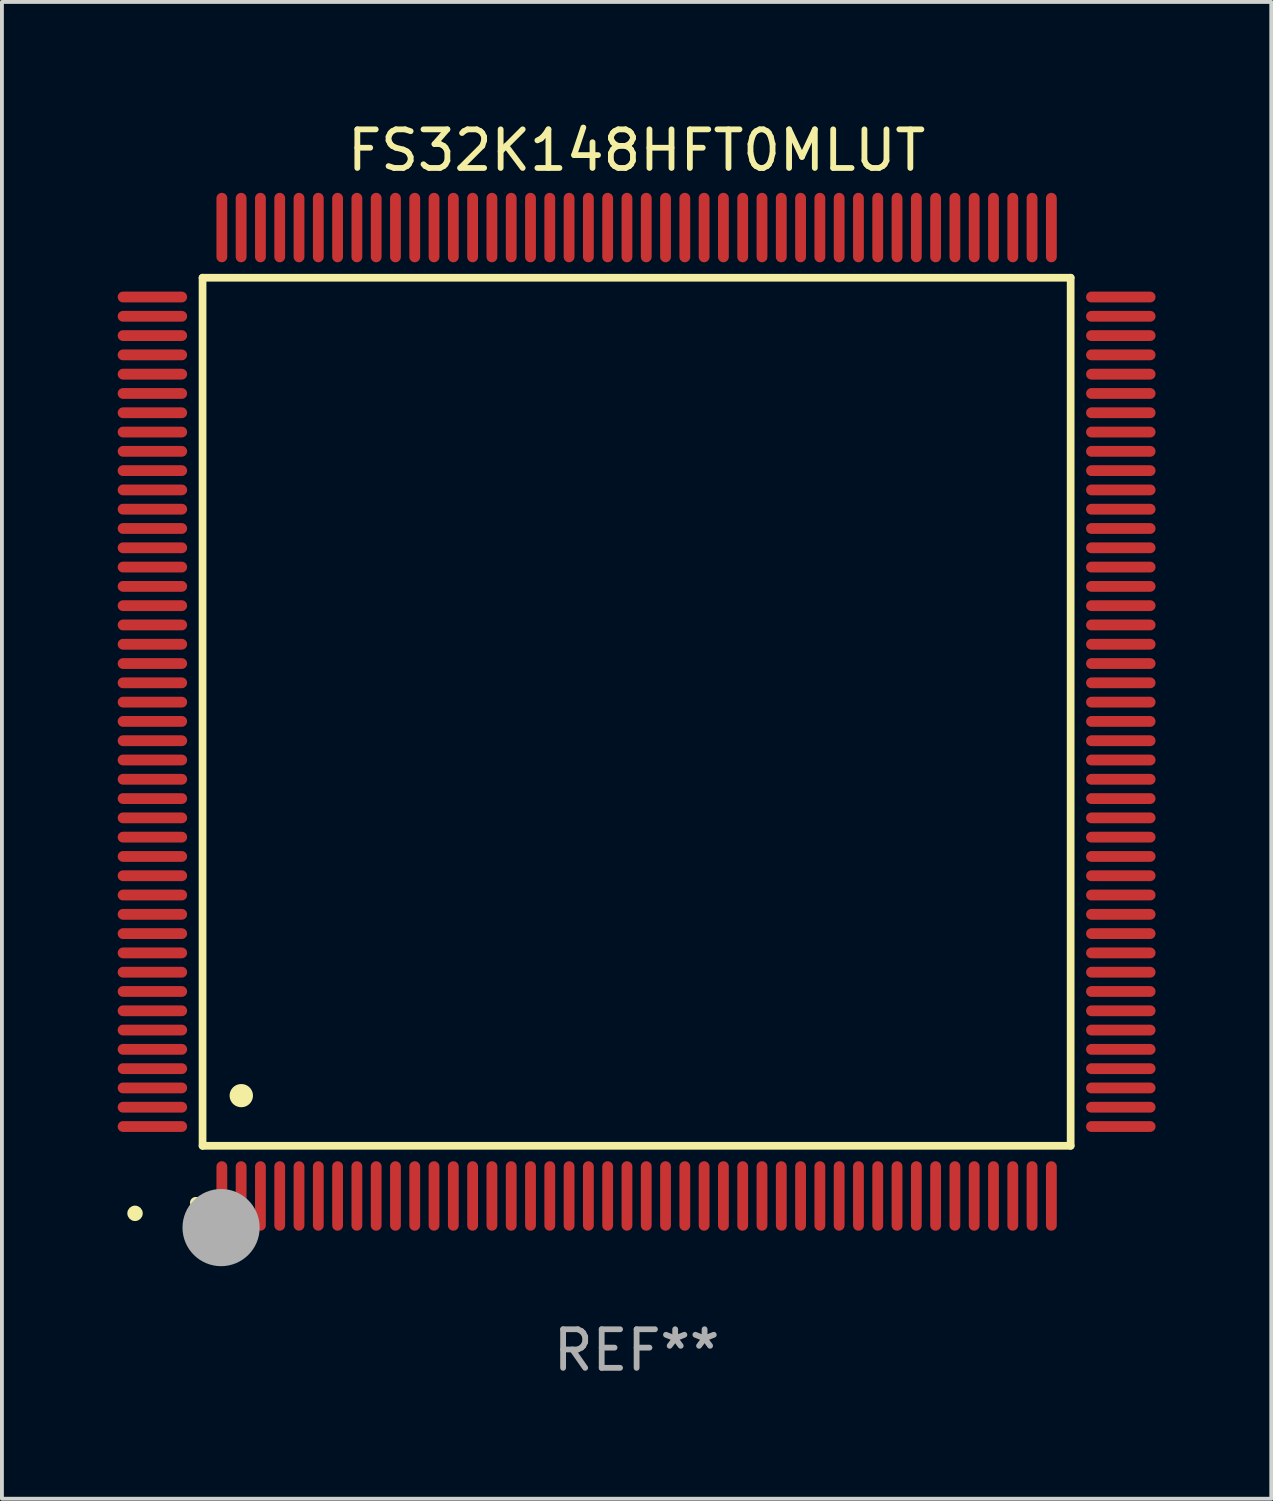
<source format=kicad_pcb>
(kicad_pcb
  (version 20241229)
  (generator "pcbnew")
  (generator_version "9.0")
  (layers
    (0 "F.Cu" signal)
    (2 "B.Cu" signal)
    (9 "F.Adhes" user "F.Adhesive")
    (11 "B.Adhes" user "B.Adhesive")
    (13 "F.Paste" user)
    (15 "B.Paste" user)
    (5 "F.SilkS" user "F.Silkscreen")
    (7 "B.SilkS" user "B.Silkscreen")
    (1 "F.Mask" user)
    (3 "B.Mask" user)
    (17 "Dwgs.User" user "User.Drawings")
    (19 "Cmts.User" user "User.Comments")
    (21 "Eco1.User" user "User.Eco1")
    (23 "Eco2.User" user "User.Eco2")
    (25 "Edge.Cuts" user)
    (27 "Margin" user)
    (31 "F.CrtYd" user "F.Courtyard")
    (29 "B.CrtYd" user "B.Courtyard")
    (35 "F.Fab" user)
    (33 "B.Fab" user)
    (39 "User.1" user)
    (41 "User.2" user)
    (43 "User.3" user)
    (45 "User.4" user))
  (footprint "FS32K148HFT0MLUT"
    (layer "F.Cu")
    (at 13.45 15.398)
    (property "Reference" "FS32K148HFT0MLUT" (at 0 -14.55 0) (layer "F.SilkS") (effects (font (size 1 1) (thickness 0.15))))
    (attr through_hole)
    (fp_line (start -11.25 -11.25) (end 11.25 -11.25) (stroke (width 0.2) (type solid)) (layer "F.SilkS"))
    (fp_line (start -11.25 11.25) (end -11.25 -11.25) (stroke (width 0.2) (type solid)) (layer "F.SilkS"))
    (fp_line (start 11.25 -11.25) (end 11.25 11.25) (stroke (width 0.2) (type solid)) (layer "F.SilkS"))
    (fp_line (start 11.25 11.25) (end -11.25 11.25) (stroke (width 0.2) (type solid)) (layer "F.SilkS"))
    (fp_arc (start -11.424943 12.725425) (mid -11.423673 12.72542) (end -11.422403 12.725425) (stroke (width 0.3) (type solid)) (layer "F.SilkS"))
    (fp_arc (start -10.24892 9.9492) (mid -10.24638 9.949189) (end -10.24384 9.9492) (stroke (width 0.6) (type solid)) (layer "F.SilkS"))
    (fp_circle (center -13 13) (end -12.9 13) (stroke (width 0.2) (type solid)) (fill no) (layer "F.SilkS"))
    (fp_circle (center -10.77 13.37) (end -10.27 13.37) (stroke (width 1) (type solid)) (fill no) (layer "F.Fab"))
    (fp_text user "REF**" (at 0 16.55 0) (layer "F.Fab") (effects (font (size 1 1) (thickness 0.15))))
    (pad "1" smd oval (at -10.75 12.55) (size 0.28 1.8) (layers "F.Cu" "F.Mask" "F.Paste"))
    (pad "2" smd oval (at -10.25 12.55) (size 0.28 1.8) (layers "F.Cu" "F.Mask" "F.Paste"))
    (pad "3" smd oval (at -9.75 12.55) (size 0.28 1.8) (layers "F.Cu" "F.Mask" "F.Paste"))
    (pad "4" smd oval (at -9.25 12.55) (size 0.28 1.8) (layers "F.Cu" "F.Mask" "F.Paste"))
    (pad "5" smd oval (at -8.75 12.55) (size 0.28 1.8) (layers "F.Cu" "F.Mask" "F.Paste"))
    (pad "6" smd oval (at -8.25 12.55) (size 0.28 1.8) (layers "F.Cu" "F.Mask" "F.Paste"))
    (pad "7" smd oval (at -7.75 12.55) (size 0.28 1.8) (layers "F.Cu" "F.Mask" "F.Paste"))
    (pad "8" smd oval (at -7.25 12.55) (size 0.28 1.8) (layers "F.Cu" "F.Mask" "F.Paste"))
    (pad "9" smd oval (at -6.75 12.55) (size 0.28 1.8) (layers "F.Cu" "F.Mask" "F.Paste"))
    (pad "10" smd oval (at -6.25 12.55) (size 0.28 1.8) (layers "F.Cu" "F.Mask" "F.Paste"))
    (pad "11" smd oval (at -5.75 12.55) (size 0.28 1.8) (layers "F.Cu" "F.Mask" "F.Paste"))
    (pad "12" smd oval (at -5.25 12.55) (size 0.28 1.8) (layers "F.Cu" "F.Mask" "F.Paste"))
    (pad "13" smd oval (at -4.75 12.55) (size 0.28 1.8) (layers "F.Cu" "F.Mask" "F.Paste"))
    (pad "14" smd oval (at -4.25 12.55) (size 0.28 1.8) (layers "F.Cu" "F.Mask" "F.Paste"))
    (pad "15" smd oval (at -3.75 12.55) (size 0.28 1.8) (layers "F.Cu" "F.Mask" "F.Paste"))
    (pad "16" smd oval (at -3.25 12.55) (size 0.28 1.8) (layers "F.Cu" "F.Mask" "F.Paste"))
    (pad "17" smd oval (at -2.75 12.55) (size 0.28 1.8) (layers "F.Cu" "F.Mask" "F.Paste"))
    (pad "18" smd oval (at -2.25 12.55) (size 0.28 1.8) (layers "F.Cu" "F.Mask" "F.Paste"))
    (pad "19" smd oval (at -1.75 12.55) (size 0.28 1.8) (layers "F.Cu" "F.Mask" "F.Paste"))
    (pad "20" smd oval (at -1.25 12.55) (size 0.28 1.8) (layers "F.Cu" "F.Mask" "F.Paste"))
    (pad "21" smd oval (at -0.75 12.55) (size 0.28 1.8) (layers "F.Cu" "F.Mask" "F.Paste"))
    (pad "22" smd oval (at -0.25 12.55) (size 0.28 1.8) (layers "F.Cu" "F.Mask" "F.Paste"))
    (pad "23" smd oval (at 0.25 12.55) (size 0.28 1.8) (layers "F.Cu" "F.Mask" "F.Paste"))
    (pad "24" smd oval (at 0.75 12.55) (size 0.28 1.8) (layers "F.Cu" "F.Mask" "F.Paste"))
    (pad "25" smd oval (at 1.25 12.55) (size 0.28 1.8) (layers "F.Cu" "F.Mask" "F.Paste"))
    (pad "26" smd oval (at 1.75 12.55) (size 0.28 1.8) (layers "F.Cu" "F.Mask" "F.Paste"))
    (pad "27" smd oval (at 2.25 12.55) (size 0.28 1.8) (layers "F.Cu" "F.Mask" "F.Paste"))
    (pad "28" smd oval (at 2.75 12.55) (size 0.28 1.8) (layers "F.Cu" "F.Mask" "F.Paste"))
    (pad "29" smd oval (at 3.25 12.55) (size 0.28 1.8) (layers "F.Cu" "F.Mask" "F.Paste"))
    (pad "30" smd oval (at 3.75 12.55) (size 0.28 1.8) (layers "F.Cu" "F.Mask" "F.Paste"))
    (pad "31" smd oval (at 4.25 12.55) (size 0.28 1.8) (layers "F.Cu" "F.Mask" "F.Paste"))
    (pad "32" smd oval (at 4.75 12.55) (size 0.28 1.8) (layers "F.Cu" "F.Mask" "F.Paste"))
    (pad "33" smd oval (at 5.25 12.55) (size 0.28 1.8) (layers "F.Cu" "F.Mask" "F.Paste"))
    (pad "34" smd oval (at 5.75 12.55) (size 0.28 1.8) (layers "F.Cu" "F.Mask" "F.Paste"))
    (pad "35" smd oval (at 6.25 12.55) (size 0.28 1.8) (layers "F.Cu" "F.Mask" "F.Paste"))
    (pad "36" smd oval (at 6.75 12.55) (size 0.28 1.8) (layers "F.Cu" "F.Mask" "F.Paste"))
    (pad "37" smd oval (at 7.25 12.55) (size 0.28 1.8) (layers "F.Cu" "F.Mask" "F.Paste"))
    (pad "38" smd oval (at 7.75 12.55) (size 0.28 1.8) (layers "F.Cu" "F.Mask" "F.Paste"))
    (pad "39" smd oval (at 8.25 12.55) (size 0.28 1.8) (layers "F.Cu" "F.Mask" "F.Paste"))
    (pad "40" smd oval (at 8.75 12.55) (size 0.28 1.8) (layers "F.Cu" "F.Mask" "F.Paste"))
    (pad "41" smd oval (at 9.25 12.55) (size 0.28 1.8) (layers "F.Cu" "F.Mask" "F.Paste"))
    (pad "42" smd oval (at 9.75 12.55) (size 0.28 1.8) (layers "F.Cu" "F.Mask" "F.Paste"))
    (pad "43" smd oval (at 10.25 12.55) (size 0.28 1.8) (layers "F.Cu" "F.Mask" "F.Paste"))
    (pad "44" smd oval (at 10.75 12.55) (size 0.28 1.8) (layers "F.Cu" "F.Mask" "F.Paste"))
    (pad "45" smd oval (at 12.55 10.75) (size 1.8 0.28) (layers "F.Cu" "F.Mask" "F.Paste"))
    (pad "46" smd oval (at 12.55 10.25) (size 1.8 0.28) (layers "F.Cu" "F.Mask" "F.Paste"))
    (pad "47" smd oval (at 12.55 9.75) (size 1.8 0.28) (layers "F.Cu" "F.Mask" "F.Paste"))
    (pad "48" smd oval (at 12.55 9.25) (size 1.8 0.28) (layers "F.Cu" "F.Mask" "F.Paste"))
    (pad "49" smd oval (at 12.55 8.75) (size 1.8 0.28) (layers "F.Cu" "F.Mask" "F.Paste"))
    (pad "50" smd oval (at 12.55 8.25) (size 1.8 0.28) (layers "F.Cu" "F.Mask" "F.Paste"))
    (pad "51" smd oval (at 12.55 7.75) (size 1.8 0.28) (layers "F.Cu" "F.Mask" "F.Paste"))
    (pad "52" smd oval (at 12.55 7.25) (size 1.8 0.28) (layers "F.Cu" "F.Mask" "F.Paste"))
    (pad "53" smd oval (at 12.55 6.75) (size 1.8 0.28) (layers "F.Cu" "F.Mask" "F.Paste"))
    (pad "54" smd oval (at 12.55 6.25) (size 1.8 0.28) (layers "F.Cu" "F.Mask" "F.Paste"))
    (pad "55" smd oval (at 12.55 5.75) (size 1.8 0.28) (layers "F.Cu" "F.Mask" "F.Paste"))
    (pad "56" smd oval (at 12.55 5.25) (size 1.8 0.28) (layers "F.Cu" "F.Mask" "F.Paste"))
    (pad "57" smd oval (at 12.55 4.75) (size 1.8 0.28) (layers "F.Cu" "F.Mask" "F.Paste"))
    (pad "58" smd oval (at 12.55 4.25) (size 1.8 0.28) (layers "F.Cu" "F.Mask" "F.Paste"))
    (pad "59" smd oval (at 12.55 3.75) (size 1.8 0.28) (layers "F.Cu" "F.Mask" "F.Paste"))
    (pad "60" smd oval (at 12.55 3.25) (size 1.8 0.28) (layers "F.Cu" "F.Mask" "F.Paste"))
    (pad "61" smd oval (at 12.55 2.75) (size 1.8 0.28) (layers "F.Cu" "F.Mask" "F.Paste"))
    (pad "62" smd oval (at 12.55 2.25) (size 1.8 0.28) (layers "F.Cu" "F.Mask" "F.Paste"))
    (pad "63" smd oval (at 12.55 1.75) (size 1.8 0.28) (layers "F.Cu" "F.Mask" "F.Paste"))
    (pad "64" smd oval (at 12.55 1.25) (size 1.8 0.28) (layers "F.Cu" "F.Mask" "F.Paste"))
    (pad "65" smd oval (at 12.55 0.75) (size 1.8 0.28) (layers "F.Cu" "F.Mask" "F.Paste"))
    (pad "66" smd oval (at 12.55 0.25) (size 1.8 0.28) (layers "F.Cu" "F.Mask" "F.Paste"))
    (pad "67" smd oval (at 12.55 -0.25) (size 1.8 0.28) (layers "F.Cu" "F.Mask" "F.Paste"))
    (pad "68" smd oval (at 12.55 -0.75) (size 1.8 0.28) (layers "F.Cu" "F.Mask" "F.Paste"))
    (pad "69" smd oval (at 12.55 -1.25) (size 1.8 0.28) (layers "F.Cu" "F.Mask" "F.Paste"))
    (pad "70" smd oval (at 12.55 -1.75) (size 1.8 0.28) (layers "F.Cu" "F.Mask" "F.Paste"))
    (pad "71" smd oval (at 12.55 -2.25) (size 1.8 0.28) (layers "F.Cu" "F.Mask" "F.Paste"))
    (pad "72" smd oval (at 12.55 -2.75) (size 1.8 0.28) (layers "F.Cu" "F.Mask" "F.Paste"))
    (pad "73" smd oval (at 12.55 -3.25) (size 1.8 0.28) (layers "F.Cu" "F.Mask" "F.Paste"))
    (pad "74" smd oval (at 12.55 -3.75) (size 1.8 0.28) (layers "F.Cu" "F.Mask" "F.Paste"))
    (pad "75" smd oval (at 12.55 -4.25) (size 1.8 0.28) (layers "F.Cu" "F.Mask" "F.Paste"))
    (pad "76" smd oval (at 12.55 -4.75) (size 1.8 0.28) (layers "F.Cu" "F.Mask" "F.Paste"))
    (pad "77" smd oval (at 12.55 -5.25) (size 1.8 0.28) (layers "F.Cu" "F.Mask" "F.Paste"))
    (pad "78" smd oval (at 12.55 -5.75) (size 1.8 0.28) (layers "F.Cu" "F.Mask" "F.Paste"))
    (pad "79" smd oval (at 12.55 -6.25) (size 1.8 0.28) (layers "F.Cu" "F.Mask" "F.Paste"))
    (pad "80" smd oval (at 12.55 -6.75) (size 1.8 0.28) (layers "F.Cu" "F.Mask" "F.Paste"))
    (pad "81" smd oval (at 12.55 -7.25) (size 1.8 0.28) (layers "F.Cu" "F.Mask" "F.Paste"))
    (pad "82" smd oval (at 12.55 -7.75) (size 1.8 0.28) (layers "F.Cu" "F.Mask" "F.Paste"))
    (pad "83" smd oval (at 12.55 -8.25) (size 1.8 0.28) (layers "F.Cu" "F.Mask" "F.Paste"))
    (pad "84" smd oval (at 12.55 -8.75) (size 1.8 0.28) (layers "F.Cu" "F.Mask" "F.Paste"))
    (pad "85" smd oval (at 12.55 -9.25) (size 1.8 0.28) (layers "F.Cu" "F.Mask" "F.Paste"))
    (pad "86" smd oval (at 12.55 -9.75) (size 1.8 0.28) (layers "F.Cu" "F.Mask" "F.Paste"))
    (pad "87" smd oval (at 12.55 -10.25) (size 1.8 0.28) (layers "F.Cu" "F.Mask" "F.Paste"))
    (pad "88" smd oval (at 12.55 -10.75) (size 1.8 0.28) (layers "F.Cu" "F.Mask" "F.Paste"))
    (pad "89" smd oval (at 10.75 -12.55) (size 0.28 1.8) (layers "F.Cu" "F.Mask" "F.Paste"))
    (pad "90" smd oval (at 10.25 -12.55) (size 0.28 1.8) (layers "F.Cu" "F.Mask" "F.Paste"))
    (pad "91" smd oval (at 9.75 -12.55) (size 0.28 1.8) (layers "F.Cu" "F.Mask" "F.Paste"))
    (pad "92" smd oval (at 9.25 -12.55) (size 0.28 1.8) (layers "F.Cu" "F.Mask" "F.Paste"))
    (pad "93" smd oval (at 8.75 -12.55) (size 0.28 1.8) (layers "F.Cu" "F.Mask" "F.Paste"))
    (pad "94" smd oval (at 8.25 -12.55) (size 0.28 1.8) (layers "F.Cu" "F.Mask" "F.Paste"))
    (pad "95" smd oval (at 7.75 -12.55) (size 0.28 1.8) (layers "F.Cu" "F.Mask" "F.Paste"))
    (pad "96" smd oval (at 7.25 -12.55) (size 0.28 1.8) (layers "F.Cu" "F.Mask" "F.Paste"))
    (pad "97" smd oval (at 6.75 -12.55) (size 0.28 1.8) (layers "F.Cu" "F.Mask" "F.Paste"))
    (pad "98" smd oval (at 6.25 -12.55) (size 0.28 1.8) (layers "F.Cu" "F.Mask" "F.Paste"))
    (pad "99" smd oval (at 5.75 -12.55) (size 0.28 1.8) (layers "F.Cu" "F.Mask" "F.Paste"))
    (pad "100" smd oval (at 5.25 -12.55) (size 0.28 1.8) (layers "F.Cu" "F.Mask" "F.Paste"))
    (pad "101" smd oval (at 4.75 -12.55) (size 0.28 1.8) (layers "F.Cu" "F.Mask" "F.Paste"))
    (pad "102" smd oval (at 4.25 -12.55) (size 0.28 1.8) (layers "F.Cu" "F.Mask" "F.Paste"))
    (pad "103" smd oval (at 3.75 -12.55) (size 0.28 1.8) (layers "F.Cu" "F.Mask" "F.Paste"))
    (pad "104" smd oval (at 3.25 -12.55) (size 0.28 1.8) (layers "F.Cu" "F.Mask" "F.Paste"))
    (pad "105" smd oval (at 2.75 -12.55) (size 0.28 1.8) (layers "F.Cu" "F.Mask" "F.Paste"))
    (pad "106" smd oval (at 2.25 -12.55) (size 0.28 1.8) (layers "F.Cu" "F.Mask" "F.Paste"))
    (pad "107" smd oval (at 1.75 -12.55) (size 0.28 1.8) (layers "F.Cu" "F.Mask" "F.Paste"))
    (pad "108" smd oval (at 1.25 -12.55) (size 0.28 1.8) (layers "F.Cu" "F.Mask" "F.Paste"))
    (pad "109" smd oval (at 0.75 -12.55) (size 0.28 1.8) (layers "F.Cu" "F.Mask" "F.Paste"))
    (pad "110" smd oval (at 0.25 -12.55) (size 0.28 1.8) (layers "F.Cu" "F.Mask" "F.Paste"))
    (pad "111" smd oval (at -0.25 -12.55) (size 0.28 1.8) (layers "F.Cu" "F.Mask" "F.Paste"))
    (pad "112" smd oval (at -0.75 -12.55) (size 0.28 1.8) (layers "F.Cu" "F.Mask" "F.Paste"))
    (pad "113" smd oval (at -1.25 -12.55) (size 0.28 1.8) (layers "F.Cu" "F.Mask" "F.Paste"))
    (pad "114" smd oval (at -1.75 -12.55) (size 0.28 1.8) (layers "F.Cu" "F.Mask" "F.Paste"))
    (pad "115" smd oval (at -2.25 -12.55) (size 0.28 1.8) (layers "F.Cu" "F.Mask" "F.Paste"))
    (pad "116" smd oval (at -2.75 -12.55) (size 0.28 1.8) (layers "F.Cu" "F.Mask" "F.Paste"))
    (pad "117" smd oval (at -3.25 -12.55) (size 0.28 1.8) (layers "F.Cu" "F.Mask" "F.Paste"))
    (pad "118" smd oval (at -3.75 -12.55) (size 0.28 1.8) (layers "F.Cu" "F.Mask" "F.Paste"))
    (pad "119" smd oval (at -4.25 -12.55) (size 0.28 1.8) (layers "F.Cu" "F.Mask" "F.Paste"))
    (pad "120" smd oval (at -4.75 -12.55) (size 0.28 1.8) (layers "F.Cu" "F.Mask" "F.Paste"))
    (pad "121" smd oval (at -5.25 -12.55) (size 0.28 1.8) (layers "F.Cu" "F.Mask" "F.Paste"))
    (pad "122" smd oval (at -5.75 -12.55) (size 0.28 1.8) (layers "F.Cu" "F.Mask" "F.Paste"))
    (pad "123" smd oval (at -6.25 -12.55) (size 0.28 1.8) (layers "F.Cu" "F.Mask" "F.Paste"))
    (pad "124" smd oval (at -6.75 -12.55) (size 0.28 1.8) (layers "F.Cu" "F.Mask" "F.Paste"))
    (pad "125" smd oval (at -7.25 -12.55) (size 0.28 1.8) (layers "F.Cu" "F.Mask" "F.Paste"))
    (pad "126" smd oval (at -7.75 -12.55) (size 0.28 1.8) (layers "F.Cu" "F.Mask" "F.Paste"))
    (pad "127" smd oval (at -8.25 -12.55) (size 0.28 1.8) (layers "F.Cu" "F.Mask" "F.Paste"))
    (pad "128" smd oval (at -8.75 -12.55) (size 0.28 1.8) (layers "F.Cu" "F.Mask" "F.Paste"))
    (pad "129" smd oval (at -9.25 -12.55) (size 0.28 1.8) (layers "F.Cu" "F.Mask" "F.Paste"))
    (pad "130" smd oval (at -9.75 -12.55) (size 0.28 1.8) (layers "F.Cu" "F.Mask" "F.Paste"))
    (pad "131" smd oval (at -10.25 -12.55) (size 0.28 1.8) (layers "F.Cu" "F.Mask" "F.Paste"))
    (pad "132" smd oval (at -10.75 -12.55) (size 0.28 1.8) (layers "F.Cu" "F.Mask" "F.Paste"))
    (pad "133" smd oval (at -12.55 -10.75) (size 1.8 0.28) (layers "F.Cu" "F.Mask" "F.Paste"))
    (pad "134" smd oval (at -12.55 -10.25) (size 1.8 0.28) (layers "F.Cu" "F.Mask" "F.Paste"))
    (pad "135" smd oval (at -12.55 -9.75) (size 1.8 0.28) (layers "F.Cu" "F.Mask" "F.Paste"))
    (pad "136" smd oval (at -12.55 -9.25) (size 1.8 0.28) (layers "F.Cu" "F.Mask" "F.Paste"))
    (pad "137" smd oval (at -12.55 -8.75) (size 1.8 0.28) (layers "F.Cu" "F.Mask" "F.Paste"))
    (pad "138" smd oval (at -12.55 -8.25) (size 1.8 0.28) (layers "F.Cu" "F.Mask" "F.Paste"))
    (pad "139" smd oval (at -12.55 -7.75) (size 1.8 0.28) (layers "F.Cu" "F.Mask" "F.Paste"))
    (pad "140" smd oval (at -12.55 -7.25) (size 1.8 0.28) (layers "F.Cu" "F.Mask" "F.Paste"))
    (pad "141" smd oval (at -12.55 -6.75) (size 1.8 0.28) (layers "F.Cu" "F.Mask" "F.Paste"))
    (pad "142" smd oval (at -12.55 -6.25) (size 1.8 0.28) (layers "F.Cu" "F.Mask" "F.Paste"))
    (pad "143" smd oval (at -12.55 -5.75) (size 1.8 0.28) (layers "F.Cu" "F.Mask" "F.Paste"))
    (pad "144" smd oval (at -12.55 -5.25) (size 1.8 0.28) (layers "F.Cu" "F.Mask" "F.Paste"))
    (pad "145" smd oval (at -12.55 -4.75) (size 1.8 0.28) (layers "F.Cu" "F.Mask" "F.Paste"))
    (pad "146" smd oval (at -12.55 -4.25) (size 1.8 0.28) (layers "F.Cu" "F.Mask" "F.Paste"))
    (pad "147" smd oval (at -12.55 -3.75) (size 1.8 0.28) (layers "F.Cu" "F.Mask" "F.Paste"))
    (pad "148" smd oval (at -12.55 -3.25) (size 1.8 0.28) (layers "F.Cu" "F.Mask" "F.Paste"))
    (pad "149" smd oval (at -12.55 -2.75) (size 1.8 0.28) (layers "F.Cu" "F.Mask" "F.Paste"))
    (pad "150" smd oval (at -12.55 -2.25) (size 1.8 0.28) (layers "F.Cu" "F.Mask" "F.Paste"))
    (pad "151" smd oval (at -12.55 -1.75) (size 1.8 0.28) (layers "F.Cu" "F.Mask" "F.Paste"))
    (pad "152" smd oval (at -12.55 -1.25) (size 1.8 0.28) (layers "F.Cu" "F.Mask" "F.Paste"))
    (pad "153" smd oval (at -12.55 -0.75) (size 1.8 0.28) (layers "F.Cu" "F.Mask" "F.Paste"))
    (pad "154" smd oval (at -12.55 -0.25) (size 1.8 0.28) (layers "F.Cu" "F.Mask" "F.Paste"))
    (pad "155" smd oval (at -12.55 0.25) (size 1.8 0.28) (layers "F.Cu" "F.Mask" "F.Paste"))
    (pad "156" smd oval (at -12.55 0.75) (size 1.8 0.28) (layers "F.Cu" "F.Mask" "F.Paste"))
    (pad "157" smd oval (at -12.55 1.25) (size 1.8 0.28) (layers "F.Cu" "F.Mask" "F.Paste"))
    (pad "158" smd oval (at -12.55 1.75) (size 1.8 0.28) (layers "F.Cu" "F.Mask" "F.Paste"))
    (pad "159" smd oval (at -12.55 2.25) (size 1.8 0.28) (layers "F.Cu" "F.Mask" "F.Paste"))
    (pad "160" smd oval (at -12.55 2.75) (size 1.8 0.28) (layers "F.Cu" "F.Mask" "F.Paste"))
    (pad "161" smd oval (at -12.55 3.25) (size 1.8 0.28) (layers "F.Cu" "F.Mask" "F.Paste"))
    (pad "162" smd oval (at -12.55 3.75) (size 1.8 0.28) (layers "F.Cu" "F.Mask" "F.Paste"))
    (pad "163" smd oval (at -12.55 4.25) (size 1.8 0.28) (layers "F.Cu" "F.Mask" "F.Paste"))
    (pad "164" smd oval (at -12.55 4.75) (size 1.8 0.28) (layers "F.Cu" "F.Mask" "F.Paste"))
    (pad "165" smd oval (at -12.55 5.25) (size 1.8 0.28) (layers "F.Cu" "F.Mask" "F.Paste"))
    (pad "166" smd oval (at -12.55 5.75) (size 1.8 0.28) (layers "F.Cu" "F.Mask" "F.Paste"))
    (pad "167" smd oval (at -12.55 6.25) (size 1.8 0.28) (layers "F.Cu" "F.Mask" "F.Paste"))
    (pad "168" smd oval (at -12.55 6.75) (size 1.8 0.28) (layers "F.Cu" "F.Mask" "F.Paste"))
    (pad "169" smd oval (at -12.55 7.25) (size 1.8 0.28) (layers "F.Cu" "F.Mask" "F.Paste"))
    (pad "170" smd oval (at -12.55 7.75) (size 1.8 0.28) (layers "F.Cu" "F.Mask" "F.Paste"))
    (pad "171" smd oval (at -12.55 8.25) (size 1.8 0.28) (layers "F.Cu" "F.Mask" "F.Paste"))
    (pad "172" smd oval (at -12.55 8.75) (size 1.8 0.28) (layers "F.Cu" "F.Mask" "F.Paste"))
    (pad "173" smd oval (at -12.55 9.25) (size 1.8 0.28) (layers "F.Cu" "F.Mask" "F.Paste"))
    (pad "174" smd oval (at -12.55 9.75) (size 1.8 0.28) (layers "F.Cu" "F.Mask" "F.Paste"))
    (pad "175" smd oval (at -12.55 10.25) (size 1.8 0.28) (layers "F.Cu" "F.Mask" "F.Paste"))
    (pad "176" smd oval (at -12.55 10.75) (size 1.8 0.28) (layers "F.Cu" "F.Mask" "F.Paste")))
  (gr_rect
    (start -3 -3)
    (end 29.9 35.796)
    (stroke (width 0.1) (type default))
    (fill no)
    (layer "Edge.Cuts")))
</source>
